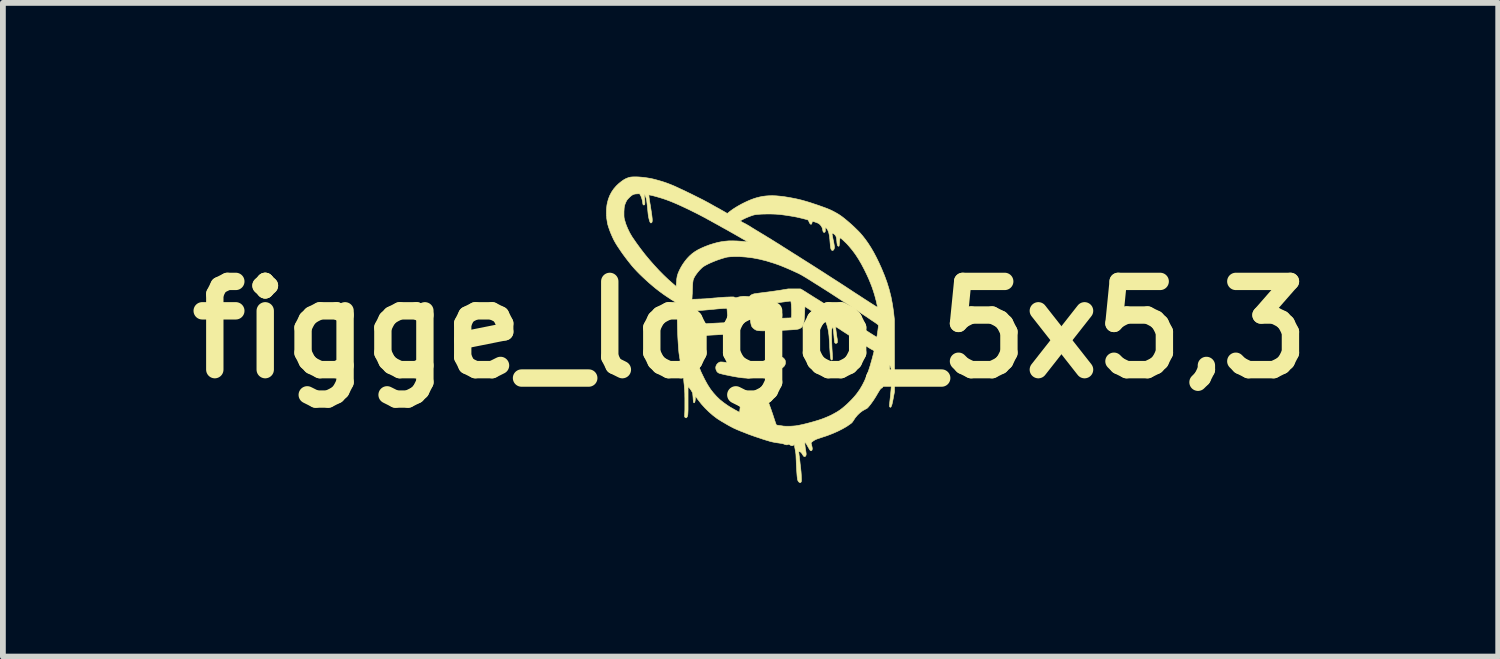
<source format=kicad_pcb>
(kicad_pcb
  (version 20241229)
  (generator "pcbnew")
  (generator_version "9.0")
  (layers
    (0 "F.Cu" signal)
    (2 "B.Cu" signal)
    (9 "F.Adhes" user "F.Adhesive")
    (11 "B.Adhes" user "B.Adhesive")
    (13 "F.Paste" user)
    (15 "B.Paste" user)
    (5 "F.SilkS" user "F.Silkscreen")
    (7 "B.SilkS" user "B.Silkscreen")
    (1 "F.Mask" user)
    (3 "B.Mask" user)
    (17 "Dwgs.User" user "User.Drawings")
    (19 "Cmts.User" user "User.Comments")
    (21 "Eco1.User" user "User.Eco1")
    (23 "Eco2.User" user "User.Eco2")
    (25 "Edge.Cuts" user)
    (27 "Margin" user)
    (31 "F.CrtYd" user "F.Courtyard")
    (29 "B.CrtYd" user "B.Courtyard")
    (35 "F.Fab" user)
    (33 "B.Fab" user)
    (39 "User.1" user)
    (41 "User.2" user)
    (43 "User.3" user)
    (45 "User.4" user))
  (footprint "figge_logo_5x5,3"
    (layer "F.Cu")
    (at 9.913 2.645)
    (property "Reference" "figge_logo_5x5,3" (at 0 0 0) (layer "F.SilkS") (effects (font (size 1.524 1.524) (thickness 0.3))))
    (attr through_hole)
    (fp_poly (pts (xy 0.528 0.473) (xy 0.543 0.475) (xy 0.555 0.48) (xy 0.566 0.487) (xy 0.572 0.493) (xy 0.589 0.511) (xy 0.599 0.531) (xy 0.603 0.554) (xy 0.603 0.565) (xy 0.602 0.583) (xy 0.598 0.6) (xy 0.591 0.615) (xy 0.581 0.63) (xy 0.566 0.645) (xy 0.546 0.66) (xy 0.52 0.676) (xy 0.489 0.694) (xy 0.451 0.713) (xy 0.432 0.723) (xy 0.4 0.738) (xy 0.373 0.751) (xy 0.349 0.761) (xy 0.327 0.769) (xy 0.305 0.777) (xy 0.281 0.785) (xy 0.271 0.788) (xy 0.192 0.808) (xy 0.108 0.822) (xy 0.021 0.832) (xy 0.012 0.832) (xy -0.013 0.834) (xy -0.031 0.835) (xy -0.047 0.835) (xy -0.062 0.835) (xy -0.078 0.835) (xy -0.098 0.834) (xy -0.125 0.832) (xy -0.153 0.829) (xy -0.183 0.825) (xy -0.217 0.82) (xy -0.254 0.814) (xy -0.297 0.806) (xy -0.345 0.797) (xy -0.381 0.789) (xy -0.423 0.781) (xy -0.459 0.773) (xy -0.488 0.766) (xy -0.512 0.76) (xy -0.531 0.755) (xy -0.546 0.749) (xy -0.558 0.743) (xy -0.567 0.736) (xy -0.574 0.728) (xy -0.581 0.72) (xy -0.587 0.71) (xy -0.587 0.708) (xy -0.598 0.682) (xy -0.601 0.655) (xy -0.597 0.629) (xy -0.586 0.605) (xy -0.569 0.584) (xy -0.549 0.568) (xy -0.542 0.565) (xy -0.536 0.561) (xy -0.529 0.559) (xy -0.521 0.557) (xy -0.511 0.557) (xy -0.499 0.557) (xy -0.484 0.558) (xy -0.465 0.56) (xy -0.442 0.563) (xy -0.415 0.567) (xy -0.381 0.572) (xy -0.342 0.579) (xy -0.296 0.587) (xy -0.268 0.592) (xy -0.237 0.597) (xy -0.205 0.602) (xy -0.175 0.606) (xy -0.147 0.61) (xy -0.124 0.613) (xy -0.113 0.614) (xy -0.056 0.617) (xy 0.006 0.616) (xy 0.07 0.612) (xy 0.133 0.605) (xy 0.193 0.594) (xy 0.207 0.592) (xy 0.25 0.58) (xy 0.295 0.566) (xy 0.34 0.548) (xy 0.383 0.529) (xy 0.422 0.508) (xy 0.442 0.496) (xy 0.478 0.473) (xy 0.508 0.473) (xy 0.528 0.473)) (stroke (width 0.01) (type solid)) (fill yes) (layer "F.SilkS"))
    (fp_poly (pts (xy -1.967 -2.64) (xy -1.923 -2.638) (xy -1.877 -2.634) (xy -1.83 -2.629) (xy -1.782 -2.622) (xy -1.734 -2.614) (xy -1.731 -2.614) (xy -1.686 -2.604) (xy -1.635 -2.591) (xy -1.581 -2.576) (xy -1.526 -2.56) (xy -1.471 -2.542) (xy -1.419 -2.523) (xy -1.371 -2.504) (xy -1.346 -2.494) (xy -1.304 -2.476) (xy -1.257 -2.454) (xy -1.206 -2.43) (xy -1.151 -2.405) (xy -1.094 -2.377) (xy -1.037 -2.35) (xy -0.979 -2.321) (xy -0.923 -2.293) (xy -0.869 -2.266) (xy -0.819 -2.241) (xy -0.774 -2.217) (xy -0.735 -2.196) (xy -0.731 -2.194) (xy -0.713 -2.184) (xy -0.69 -2.171) (xy -0.663 -2.156) (xy -0.633 -2.139) (xy -0.601 -2.121) (xy -0.568 -2.103) (xy -0.535 -2.085) (xy -0.504 -2.067) (xy -0.475 -2.051) (xy -0.449 -2.036) (xy -0.428 -2.024) (xy -0.413 -2.015) (xy -0.41 -2.013) (xy -0.404 -2.011) (xy -0.399 -2.01) (xy -0.394 -2.013) (xy -0.385 -2.02) (xy -0.377 -2.027) (xy -0.341 -2.055) (xy -0.299 -2.085) (xy -0.252 -2.115) (xy -0.201 -2.145) (xy -0.148 -2.174) (xy -0.094 -2.201) (xy -0.04 -2.226) (xy 0.013 -2.248) (xy 0.062 -2.266) (xy 0.101 -2.278) (xy 0.155 -2.292) (xy 0.209 -2.303) (xy 0.264 -2.31) (xy 0.32 -2.314) (xy 0.378 -2.315) (xy 0.439 -2.313) (xy 0.505 -2.307) (xy 0.575 -2.299) (xy 0.65 -2.287) (xy 0.711 -2.276) (xy 0.756 -2.267) (xy 0.797 -2.259) (xy 0.835 -2.25) (xy 0.873 -2.241) (xy 0.91 -2.231) (xy 0.948 -2.22) (xy 0.989 -2.208) (xy 1.035 -2.194) (xy 1.085 -2.177) (xy 1.122 -2.165) (xy 1.181 -2.145) (xy 1.234 -2.126) (xy 1.281 -2.109) (xy 1.324 -2.093) (xy 1.362 -2.077) (xy 1.398 -2.061) (xy 1.431 -2.044) (xy 1.463 -2.027) (xy 1.495 -2.009) (xy 1.522 -1.993) (xy 1.552 -1.973) (xy 1.587 -1.948) (xy 1.624 -1.919) (xy 1.664 -1.886) (xy 1.705 -1.851) (xy 1.747 -1.814) (xy 1.787 -1.777) (xy 1.826 -1.739) (xy 1.863 -1.703) (xy 1.896 -1.668) (xy 1.924 -1.635) (xy 1.929 -1.63) (xy 1.981 -1.564) (xy 2.031 -1.494) (xy 2.079 -1.419) (xy 2.126 -1.339) (xy 2.172 -1.252) (xy 2.217 -1.16) (xy 2.262 -1.061) (xy 2.306 -0.954) (xy 2.313 -0.938) (xy 2.357 -0.817) (xy 2.395 -0.694) (xy 2.427 -0.566) (xy 2.452 -0.435) (xy 2.472 -0.299) (xy 2.475 -0.266) (xy 2.485 -0.174) (xy 2.486 0.447) (xy 2.487 1.069) (xy 2.472 1.147) (xy 2.465 1.186) (xy 2.459 1.217) (xy 2.454 1.243) (xy 2.449 1.264) (xy 2.446 1.28) (xy 2.442 1.293) (xy 2.439 1.303) (xy 2.436 1.312) (xy 2.433 1.319) (xy 2.426 1.333) (xy 2.419 1.339) (xy 2.412 1.339) (xy 2.405 1.333) (xy 2.403 1.33) (xy 2.402 1.326) (xy 2.4 1.322) (xy 2.4 1.315) (xy 2.4 1.305) (xy 2.401 1.291) (xy 2.403 1.273) (xy 2.405 1.25) (xy 2.408 1.222) (xy 2.412 1.186) (xy 2.415 1.159) (xy 2.421 1.098) (xy 2.426 1.043) (xy 2.43 0.991) (xy 2.433 0.941) (xy 2.434 0.889) (xy 2.435 0.835) (xy 2.435 0.82) (xy 2.435 0.778) (xy 2.434 0.743) (xy 2.432 0.713) (xy 2.429 0.688) (xy 2.426 0.667) (xy 2.42 0.649) (xy 2.414 0.632) (xy 2.413 0.631) (xy 2.405 0.612) (xy 2.402 0.682) (xy 2.4 0.727) (xy 2.397 0.765) (xy 2.392 0.797) (xy 2.387 0.823) (xy 2.38 0.844) (xy 2.371 0.861) (xy 2.362 0.873) (xy 2.352 0.881) (xy 2.344 0.882) (xy 2.338 0.881) (xy 2.335 0.875) (xy 2.332 0.865) (xy 2.331 0.858) (xy 2.328 0.846) (xy 2.326 0.839) (xy 2.324 0.838) (xy 2.323 0.843) (xy 2.32 0.855) (xy 2.316 0.87) (xy 2.312 0.888) (xy 2.312 0.889) (xy 2.303 0.926) (xy 2.295 0.955) (xy 2.288 0.978) (xy 2.281 0.994) (xy 2.274 1.004) (xy 2.267 1.008) (xy 2.266 1.008) (xy 2.259 1.01) (xy 2.252 1.015) (xy 2.244 1.025) (xy 2.233 1.039) (xy 2.221 1.059) (xy 2.205 1.085) (xy 2.199 1.095) (xy 2.162 1.158) (xy 2.123 1.219) (xy 2.083 1.275) (xy 2.056 1.31) (xy 2.041 1.328) (xy 2.03 1.341) (xy 2.021 1.35) (xy 2.013 1.357) (xy 2.004 1.363) (xy 1.992 1.369) (xy 1.987 1.371) (xy 1.937 1.399) (xy 1.891 1.433) (xy 1.848 1.474) (xy 1.808 1.522) (xy 1.774 1.574) (xy 1.762 1.592) (xy 1.75 1.606) (xy 1.734 1.62) (xy 1.728 1.624) (xy 1.662 1.67) (xy 1.587 1.713) (xy 1.506 1.754) (xy 1.417 1.793) (xy 1.321 1.83) (xy 1.217 1.864) (xy 1.2 1.87) (xy 1.16 1.883) (xy 1.127 1.896) (xy 1.108 1.906) (xy 1.087 1.919) (xy 1.069 1.932) (xy 1.056 1.943) (xy 1.049 1.953) (xy 1.047 1.958) (xy 1.048 1.965) (xy 1.051 1.977) (xy 1.055 1.992) (xy 1.057 2.001) (xy 1.064 2.03) (xy 1.067 2.053) (xy 1.065 2.07) (xy 1.061 2.081) (xy 1.059 2.083) (xy 1.052 2.089) (xy 1.045 2.091) (xy 1.037 2.089) (xy 1.029 2.082) (xy 1.02 2.069) (xy 1.009 2.051) (xy 0.995 2.026) (xy 0.989 2.016) (xy 0.975 1.991) (xy 0.964 1.972) (xy 0.955 1.96) (xy 0.948 1.953) (xy 0.942 1.95) (xy 0.941 1.95) (xy 0.939 1.954) (xy 0.938 1.964) (xy 0.939 1.98) (xy 0.941 2.002) (xy 0.944 2.027) (xy 0.948 2.055) (xy 0.952 2.075) (xy 0.956 2.103) (xy 0.959 2.124) (xy 0.961 2.141) (xy 0.961 2.153) (xy 0.959 2.163) (xy 0.957 2.172) (xy 0.956 2.175) (xy 0.948 2.186) (xy 0.937 2.191) (xy 0.925 2.19) (xy 0.923 2.189) (xy 0.918 2.184) (xy 0.91 2.174) (xy 0.901 2.161) (xy 0.895 2.151) (xy 0.882 2.131) (xy 0.87 2.118) (xy 0.859 2.11) (xy 0.847 2.107) (xy 0.842 2.106) (xy 0.835 2.107) (xy 0.833 2.11) (xy 0.833 2.119) (xy 0.834 2.121) (xy 0.835 2.13) (xy 0.837 2.146) (xy 0.839 2.167) (xy 0.843 2.192) (xy 0.846 2.221) (xy 0.85 2.252) (xy 0.854 2.284) (xy 0.857 2.316) (xy 0.861 2.346) (xy 0.864 2.374) (xy 0.867 2.399) (xy 0.869 2.419) (xy 0.869 2.423) (xy 0.872 2.447) (xy 0.874 2.474) (xy 0.876 2.501) (xy 0.877 2.529) (xy 0.878 2.555) (xy 0.879 2.579) (xy 0.879 2.599) (xy 0.879 2.613) (xy 0.878 2.619) (xy 0.872 2.633) (xy 0.863 2.64) (xy 0.851 2.64) (xy 0.838 2.632) (xy 0.832 2.627) (xy 0.821 2.612) (xy 0.814 2.594) (xy 0.813 2.592) (xy 0.81 2.572) (xy 0.806 2.544) (xy 0.803 2.51) (xy 0.8 2.47) (xy 0.797 2.424) (xy 0.794 2.374) (xy 0.791 2.32) (xy 0.789 2.262) (xy 0.787 2.222) (xy 0.786 2.196) (xy 0.785 2.173) (xy 0.784 2.152) (xy 0.782 2.136) (xy 0.781 2.126) (xy 0.781 2.126) (xy 0.779 2.116) (xy 0.776 2.1) (xy 0.773 2.08) (xy 0.769 2.058) (xy 0.767 2.048) (xy 0.763 2.027) (xy 0.76 2.009) (xy 0.758 1.995) (xy 0.756 1.987) (xy 0.756 1.986) (xy 0.752 1.987) (xy 0.745 1.992) (xy 0.742 1.994) (xy 0.729 2.002) (xy 0.715 2.004) (xy 0.699 2) (xy 0.684 1.991) (xy 0.671 1.983) (xy 0.663 1.979) (xy 0.657 1.978) (xy 0.651 1.98) (xy 0.644 1.984) (xy 0.631 1.988) (xy 0.615 1.987) (xy 0.595 1.982) (xy 0.58 1.976) (xy 0.563 1.97) (xy 0.54 1.965) (xy 0.509 1.96) (xy 0.496 1.958) (xy 0.467 1.954) (xy 0.44 1.95) (xy 0.416 1.946) (xy 0.392 1.941) (xy 0.368 1.936) (xy 0.343 1.93) (xy 0.317 1.922) (xy 0.287 1.913) (xy 0.253 1.903) (xy 0.215 1.891) (xy 0.171 1.876) (xy 0.135 1.864) (xy 0.083 1.847) (xy 0.03 1.828) (xy -0.024 1.809) (xy -0.077 1.788) (xy -0.128 1.768) (xy -0.177 1.749) (xy -0.223 1.73) (xy -0.263 1.712) (xy -0.298 1.696) (xy -0.313 1.688) (xy -0.338 1.675) (xy -0.368 1.659) (xy -0.4 1.641) (xy -0.434 1.621) (xy -0.468 1.601) (xy -0.501 1.582) (xy -0.531 1.563) (xy -0.557 1.547) (xy -0.577 1.533) (xy -0.578 1.533) (xy -0.65 1.478) (xy -0.72 1.417) (xy -0.787 1.351) (xy -0.85 1.281) (xy -0.908 1.207) (xy -0.928 1.179) (xy -0.952 1.145) (xy -0.954 1.191) (xy -0.956 1.22) (xy -0.96 1.242) (xy -0.965 1.255) (xy -0.972 1.262) (xy -0.975 1.262) (xy -0.979 1.261) (xy -0.982 1.257) (xy -0.985 1.25) (xy -0.987 1.238) (xy -0.989 1.22) (xy -0.991 1.196) (xy -0.992 1.176) (xy -0.994 1.153) (xy -0.996 1.131) (xy -0.998 1.113) (xy -0.999 1.099) (xy -1.001 1.093) (xy -1.005 1.082) (xy -1.014 1.067) (xy -1.024 1.049) (xy -1.037 1.031) (xy -1.049 1.015) (xy -1.06 1.001) (xy -1.065 0.997) (xy -1.079 0.983) (xy -1.079 1.214) (xy -1.079 1.266) (xy -1.079 1.311) (xy -1.079 1.349) (xy -1.079 1.381) (xy -1.08 1.408) (xy -1.081 1.43) (xy -1.082 1.449) (xy -1.083 1.463) (xy -1.085 1.475) (xy -1.087 1.485) (xy -1.089 1.493) (xy -1.092 1.5) (xy -1.094 1.505) (xy -1.103 1.517) (xy -1.112 1.522) (xy -1.123 1.519) (xy -1.134 1.51) (xy -1.137 1.506) (xy -1.138 1.5) (xy -1.139 1.491) (xy -1.138 1.478) (xy -1.137 1.458) (xy -1.137 1.456) (xy -1.136 1.436) (xy -1.135 1.409) (xy -1.134 1.377) (xy -1.134 1.341) (xy -1.134 1.303) (xy -1.134 1.263) (xy -1.134 1.222) (xy -1.134 1.183) (xy -1.135 1.146) (xy -1.135 1.113) (xy -1.136 1.085) (xy -1.137 1.069) (xy -1.138 1.044) (xy -1.141 1.016) (xy -1.143 0.983) (xy -1.146 0.948) (xy -1.15 0.913) (xy -1.153 0.877) (xy -1.156 0.842) (xy -1.16 0.809) (xy -1.163 0.78) (xy -1.166 0.756) (xy -1.169 0.737) (xy -1.17 0.727) (xy -1.174 0.712) (xy -1.178 0.691) (xy -1.184 0.669) (xy -1.189 0.646) (xy -1.19 0.645) (xy -1.209 0.563) (xy -1.224 0.483) (xy -1.236 0.402) (xy -1.244 0.316) (xy -1.244 0.312) (xy -1.249 0.238) (xy -1.254 0.158) (xy -1.256 0.122) (xy -0.982 0.122) (xy -0.982 0.133) (xy -0.98 0.151) (xy -0.978 0.173) (xy -0.975 0.2) (xy -0.972 0.229) (xy -0.968 0.261) (xy -0.964 0.295) (xy -0.959 0.329) (xy -0.955 0.362) (xy -0.95 0.395) (xy -0.946 0.425) (xy -0.941 0.452) (xy -0.938 0.475) (xy -0.934 0.493) (xy -0.933 0.496) (xy -0.928 0.52) (xy -0.919 0.55) (xy -0.909 0.583) (xy -0.897 0.618) (xy -0.885 0.653) (xy -0.872 0.686) (xy -0.86 0.716) (xy -0.858 0.721) (xy -0.846 0.747) (xy -0.831 0.778) (xy -0.815 0.811) (xy -0.798 0.846) (xy -0.78 0.88) (xy -0.763 0.911) (xy -0.748 0.938) (xy -0.737 0.957) (xy -0.691 1.028) (xy -0.641 1.092) (xy -0.587 1.152) (xy -0.529 1.208) (xy -0.464 1.26) (xy -0.393 1.31) (xy -0.349 1.338) (xy -0.333 1.347) (xy -0.314 1.358) (xy -0.293 1.37) (xy -0.271 1.383) (xy -0.25 1.394) (xy -0.23 1.405) (xy -0.214 1.414) (xy -0.2 1.421) (xy -0.192 1.425) (xy -0.19 1.426) (xy -0.188 1.421) (xy -0.187 1.41) (xy -0.185 1.393) (xy -0.183 1.373) (xy -0.18 1.349) (xy -0.178 1.325) (xy -0.177 1.3) (xy -0.176 1.291) (xy -0.174 1.262) (xy -0.171 1.24) (xy -0.167 1.222) (xy -0.161 1.208) (xy -0.153 1.196) (xy -0.143 1.184) (xy -0.139 1.18) (xy -0.121 1.164) (xy -0.102 1.153) (xy -0.078 1.146) (xy -0.063 1.143) (xy -0.039 1.139) (xy -0.009 1.136) (xy 0.024 1.134) (xy 0.058 1.132) (xy 0.092 1.13) (xy 0.122 1.13) (xy 0.141 1.13) (xy 0.162 1.131) (xy 0.177 1.132) (xy 0.188 1.133) (xy 0.198 1.136) (xy 0.208 1.14) (xy 0.216 1.144) (xy 0.246 1.163) (xy 0.272 1.188) (xy 0.293 1.218) (xy 0.299 1.229) (xy 0.306 1.245) (xy 0.315 1.268) (xy 0.326 1.296) (xy 0.338 1.331) (xy 0.352 1.369) (xy 0.366 1.411) (xy 0.382 1.456) (xy 0.397 1.503) (xy 0.406 1.53) (xy 0.415 1.558) (xy 0.424 1.584) (xy 0.431 1.606) (xy 0.438 1.624) (xy 0.443 1.637) (xy 0.446 1.644) (xy 0.446 1.644) (xy 0.45 1.646) (xy 0.458 1.648) (xy 0.47 1.65) (xy 0.488 1.653) (xy 0.511 1.656) (xy 0.541 1.66) (xy 0.572 1.665) (xy 0.59 1.666) (xy 0.614 1.667) (xy 0.641 1.667) (xy 0.671 1.667) (xy 0.702 1.666) (xy 0.732 1.664) (xy 0.758 1.662) (xy 0.78 1.66) (xy 0.787 1.659) (xy 0.834 1.651) (xy 0.886 1.64) (xy 0.942 1.627) (xy 1.001 1.612) (xy 1.06 1.596) (xy 1.119 1.579) (xy 1.175 1.562) (xy 1.226 1.545) (xy 1.264 1.531) (xy 1.325 1.506) (xy 1.386 1.479) (xy 1.444 1.448) (xy 1.499 1.417) (xy 1.549 1.384) (xy 1.588 1.354) (xy 1.626 1.322) (xy 1.666 1.287) (xy 1.705 1.249) (xy 1.744 1.21) (xy 1.78 1.171) (xy 1.813 1.133) (xy 1.84 1.099) (xy 1.842 1.096) (xy 1.888 1.031) (xy 1.93 0.96) (xy 1.969 0.883) (xy 2.005 0.8) (xy 2.038 0.709) (xy 2.069 0.613) (xy 2.076 0.587) (xy 2.084 0.558) (xy 2.093 0.528) (xy 2.101 0.498) (xy 2.109 0.469) (xy 2.116 0.442) (xy 2.122 0.417) (xy 2.128 0.397) (xy 2.131 0.381) (xy 2.133 0.372) (xy 2.134 0.369) (xy 2.131 0.364) (xy 2.125 0.358) (xy 2.112 0.35) (xy 2.105 0.347) (xy 2.096 0.342) (xy 2.086 0.336) (xy 2.074 0.33) (xy 2.06 0.321) (xy 2.044 0.311) (xy 2.023 0.298) (xy 1.999 0.283) (xy 1.97 0.265) (xy 1.935 0.243) (xy 1.895 0.217) (xy 1.891 0.214) (xy 1.864 0.197) (xy 1.833 0.177) (xy 1.802 0.158) (xy 1.772 0.139) (xy 1.747 0.123) (xy 1.747 0.123) (xy 1.724 0.109) (xy 1.697 0.092) (xy 1.666 0.072) (xy 1.635 0.052) (xy 1.605 0.033) (xy 1.585 0.02) (xy 1.555 -0.00003) (xy 1.531 -0.016) (xy 1.512 -0.028) (xy 1.497 -0.037) (xy 1.487 -0.043) (xy 1.48 -0.047) (xy 1.475 -0.049) (xy 1.472 -0.05) (xy 1.471 -0.05) (xy 1.47 -0.049) (xy 1.47 -0.045) (xy 1.471 -0.034) (xy 1.473 -0.018) (xy 1.475 0.002) (xy 1.478 0.025) (xy 1.481 0.049) (xy 1.485 0.074) (xy 1.488 0.098) (xy 1.491 0.12) (xy 1.494 0.139) (xy 1.495 0.143) (xy 1.498 0.163) (xy 1.5 0.183) (xy 1.5 0.201) (xy 1.5 0.216) (xy 1.498 0.225) (xy 1.497 0.225) (xy 1.492 0.23) (xy 1.484 0.234) (xy 1.47 0.236) (xy 1.46 0.23) (xy 1.453 0.22) (xy 1.452 0.213) (xy 1.45 0.2) (xy 1.448 0.182) (xy 1.446 0.159) (xy 1.443 0.134) (xy 1.442 0.118) (xy 1.438 0.071) (xy 1.434 0.032) (xy 1.431 0.001) (xy 1.427 -0.023) (xy 1.424 -0.041) (xy 1.424 -0.043) (xy 1.421 -0.049) (xy 1.418 -0.047) (xy 1.413 -0.038) (xy 1.408 -0.021) (xy 1.406 -0.017) (xy 1.403 -0.003) (xy 1.401 0.012) (xy 1.4 0.03) (xy 1.399 0.053) (xy 1.399 0.069) (xy 1.399 0.1) (xy 1.4 0.137) (xy 1.401 0.179) (xy 1.403 0.225) (xy 1.405 0.273) (xy 1.407 0.323) (xy 1.41 0.372) (xy 1.413 0.416) (xy 1.414 0.445) (xy 1.416 0.468) (xy 1.416 0.485) (xy 1.416 0.497) (xy 1.416 0.505) (xy 1.414 0.51) (xy 1.413 0.514) (xy 1.412 0.515) (xy 1.405 0.522) (xy 1.397 0.523) (xy 1.392 0.519) (xy 1.389 0.512) (xy 1.386 0.501) (xy 1.383 0.484) (xy 1.38 0.461) (xy 1.377 0.433) (xy 1.374 0.398) (xy 1.371 0.356) (xy 1.368 0.307) (xy 1.366 0.254) (xy 1.363 0.2) (xy 1.359 0.153) (xy 1.356 0.111) (xy 1.352 0.074) (xy 1.347 0.041) (xy 1.342 0.009) (xy 1.336 -0.021) (xy 1.328 -0.05) (xy 1.322 -0.072) (xy 1.316 -0.092) (xy 1.308 -0.113) (xy 1.298 -0.135) (xy 1.289 -0.155) (xy 1.28 -0.172) (xy 1.272 -0.183) (xy 1.269 -0.187) (xy 1.263 -0.19) (xy 1.253 -0.198) (xy 1.237 -0.209) (xy 1.216 -0.222) (xy 1.193 -0.237) (xy 1.166 -0.254) (xy 1.138 -0.273) (xy 1.133 -0.276) (xy 1.104 -0.295) (xy 1.075 -0.313) (xy 1.048 -0.33) (xy 1.024 -0.346) (xy 1.004 -0.359) (xy 0.988 -0.369) (xy 0.978 -0.376) (xy 0.978 -0.376) (xy 0.961 -0.387) (xy 0.95 -0.394) (xy 0.943 -0.396) (xy 0.939 -0.393) (xy 0.938 -0.384) (xy 0.938 -0.37) (xy 0.938 -0.363) (xy 0.937 -0.341) (xy 0.936 -0.313) (xy 0.935 -0.283) (xy 0.933 -0.251) (xy 0.931 -0.219) (xy 0.929 -0.191) (xy 0.927 -0.167) (xy 0.926 -0.156) (xy 0.92 -0.118) (xy 0.91 -0.087) (xy 0.898 -0.061) (xy 0.881 -0.041) (xy 0.861 -0.026) (xy 0.835 -0.014) (xy 0.834 -0.014) (xy 0.819 -0.01) (xy 0.796 -0.006) (xy 0.766 -0.003) (xy 0.727 0.000259) (xy 0.681 0.003) (xy 0.627 0.006) (xy 0.565 0.009) (xy 0.496 0.012) (xy 0.419 0.014) (xy 0.361 0.016) (xy 0.31 0.017) (xy 0.266 0.018) (xy 0.229 0.019) (xy 0.197 0.019) (xy 0.171 0.018) (xy 0.149 0.017) (xy 0.131 0.015) (xy 0.116 0.012) (xy 0.104 0.009) (xy 0.093 0.005) (xy 0.087 0.002) (xy 0.066 -0.011) (xy 0.047 -0.027) (xy 0.031 -0.044) (xy 0.02 -0.059) (xy 0.02 -0.06) (xy 0.014 -0.076) (xy 0.008 -0.099) (xy 0.002 -0.131) (xy -0.004 -0.17) (xy -0.011 -0.217) (xy -0.017 -0.271) (xy -0.021 -0.311) (xy -0.024 -0.333) (xy -0.026 -0.35) (xy -0.029 -0.361) (xy -0.031 -0.367) (xy -0.034 -0.371) (xy -0.042 -0.373) (xy -0.056 -0.375) (xy -0.074 -0.375) (xy -0.095 -0.374) (xy -0.116 -0.372) (xy -0.137 -0.37) (xy -0.155 -0.366) (xy -0.164 -0.364) (xy -0.182 -0.357) (xy -0.195 -0.352) (xy -0.202 -0.345) (xy -0.206 -0.337) (xy -0.206 -0.324) (xy -0.203 -0.307) (xy -0.2 -0.289) (xy -0.195 -0.265) (xy -0.191 -0.237) (xy -0.186 -0.206) (xy -0.182 -0.175) (xy -0.179 -0.144) (xy -0.176 -0.117) (xy -0.175 -0.094) (xy -0.175 -0.086) (xy -0.175 -0.07) (xy -0.175 -0.058) (xy -0.178 -0.048) (xy -0.183 -0.037) (xy -0.19 -0.021) (xy -0.191 -0.02) (xy -0.205 0.006) (xy -0.218 0.026) (xy -0.23 0.04) (xy -0.244 0.05) (xy -0.261 0.057) (xy -0.281 0.062) (xy -0.291 0.064) (xy -0.306 0.066) (xy -0.323 0.069) (xy -0.343 0.071) (xy -0.366 0.073) (xy -0.393 0.075) (xy -0.425 0.078) (xy -0.461 0.08) (xy -0.503 0.083) (xy -0.551 0.086) (xy -0.604 0.089) (xy -0.664 0.092) (xy -0.732 0.096) (xy -0.77 0.098) (xy -0.798 0.099) (xy -0.827 0.101) (xy -0.856 0.103) (xy -0.885 0.106) (xy -0.912 0.108) (xy -0.936 0.11) (xy -0.956 0.113) (xy -0.971 0.115) (xy -0.98 0.116) (xy -0.982 0.117) (xy -0.982 0.122) (xy -1.256 0.122) (xy -1.258 0.073) (xy -1.261 -0.015) (xy -1.263 -0.104) (xy -1.265 -0.193) (xy -1.266 -0.28) (xy -1.266 -0.321) (xy -1.266 -0.324) (xy -1.012 -0.324) (xy -1.01 -0.271) (xy -1.008 -0.227) (xy -1.006 -0.19) (xy -1.005 -0.16) (xy -1.004 -0.136) (xy -1.003 -0.117) (xy -1.002 -0.103) (xy -1.001 -0.094) (xy -1 -0.087) (xy -1 -0.084) (xy -0.999 -0.084) (xy -0.994 -0.082) (xy -0.982 -0.083) (xy -0.962 -0.085) (xy -0.948 -0.086) (xy -0.923 -0.09) (xy -0.894 -0.093) (xy -0.866 -0.096) (xy -0.849 -0.097) (xy -0.715 -0.108) (xy -0.574 -0.115) (xy -0.51 -0.118) (xy -0.48 -0.119) (xy -0.452 -0.12) (xy -0.427 -0.121) (xy -0.408 -0.122) (xy -0.393 -0.123) (xy -0.385 -0.123) (xy -0.384 -0.123) (xy -0.384 -0.127) (xy -0.385 -0.138) (xy -0.387 -0.153) (xy -0.389 -0.172) (xy -0.391 -0.187) (xy -0.394 -0.215) (xy -0.397 -0.246) (xy -0.4 -0.277) (xy -0.402 -0.305) (xy -0.402 -0.309) (xy -0.403 -0.329) (xy -0.405 -0.347) (xy -0.406 -0.361) (xy -0.407 -0.369) (xy -0.408 -0.37) (xy -0.413 -0.371) (xy -0.425 -0.37) (xy -0.445 -0.369) (xy -0.471 -0.368) (xy -0.504 -0.365) (xy -0.544 -0.362) (xy -0.589 -0.358) (xy -0.64 -0.353) (xy -0.695 -0.348) (xy -0.726 -0.345) (xy -0.759 -0.342) (xy -0.794 -0.339) (xy -0.83 -0.336) (xy -0.865 -0.333) (xy -0.898 -0.331) (xy -0.929 -0.329) (xy -0.956 -0.327) (xy -0.979 -0.325) (xy -0.995 -0.325) (xy -1.003 -0.324) (xy -1.012 -0.324) (xy -1.266 -0.324) (xy -1.266 -0.426) (xy 0.18 -0.426) (xy 0.182 -0.392) (xy 0.184 -0.369) (xy 0.186 -0.343) (xy 0.188 -0.316) (xy 0.191 -0.289) (xy 0.194 -0.263) (xy 0.197 -0.239) (xy 0.2 -0.218) (xy 0.203 -0.202) (xy 0.205 -0.192) (xy 0.206 -0.19) (xy 0.211 -0.189) (xy 0.221 -0.188) (xy 0.236 -0.188) (xy 0.252 -0.189) (xy 0.265 -0.19) (xy 0.286 -0.19) (xy 0.312 -0.191) (xy 0.342 -0.192) (xy 0.375 -0.193) (xy 0.411 -0.194) (xy 0.447 -0.195) (xy 0.449 -0.195) (xy 0.486 -0.197) (xy 0.522 -0.198) (xy 0.557 -0.199) (xy 0.588 -0.2) (xy 0.616 -0.201) (xy 0.638 -0.202) (xy 0.654 -0.202) (xy 0.655 -0.202) (xy 0.705 -0.205) (xy 0.708 -0.236) (xy 0.71 -0.255) (xy 0.71 -0.278) (xy 0.71 -0.304) (xy 0.71 -0.333) (xy 0.709 -0.362) (xy 0.707 -0.391) (xy 0.706 -0.418) (xy 0.704 -0.443) (xy 0.701 -0.465) (xy 0.699 -0.481) (xy 0.696 -0.492) (xy 0.695 -0.495) (xy 0.69 -0.495) (xy 0.679 -0.494) (xy 0.662 -0.492) (xy 0.639 -0.489) (xy 0.612 -0.486) (xy 0.581 -0.481) (xy 0.547 -0.477) (xy 0.523 -0.473) (xy 0.484 -0.468) (xy 0.444 -0.462) (xy 0.406 -0.457) (xy 0.369 -0.452) (xy 0.336 -0.447) (xy 0.307 -0.443) (xy 0.285 -0.44) (xy 0.279 -0.44) (xy 0.255 -0.436) (xy 0.233 -0.433) (xy 0.214 -0.431) (xy 0.2 -0.429) (xy 0.193 -0.428) (xy 0.18 -0.426) (xy -1.266 -0.426) (xy -1.266 -0.457) (xy -1.287 -0.47) (xy -1.335 -0.501) (xy -1.37 -0.523) (xy -1.013 -0.523) (xy -0.998 -0.525) (xy -0.99 -0.526) (xy -0.975 -0.527) (xy -0.955 -0.527) (xy -0.932 -0.528) (xy -0.905 -0.529) (xy -0.891 -0.53) (xy -0.863 -0.53) (xy -0.835 -0.532) (xy -0.809 -0.533) (xy -0.787 -0.534) (xy -0.771 -0.535) (xy -0.766 -0.536) (xy -0.751 -0.537) (xy -0.731 -0.539) (xy -0.706 -0.541) (xy -0.68 -0.543) (xy -0.656 -0.545) (xy -0.627 -0.548) (xy -0.594 -0.55) (xy -0.561 -0.553) (xy -0.532 -0.556) (xy -0.516 -0.557) (xy -0.49 -0.559) (xy -0.459 -0.561) (xy -0.426 -0.563) (xy -0.394 -0.564) (xy -0.371 -0.565) (xy -0.344 -0.566) (xy -0.323 -0.566) (xy -0.308 -0.566) (xy -0.297 -0.566) (xy -0.288 -0.565) (xy -0.281 -0.563) (xy -0.275 -0.56) (xy -0.272 -0.559) (xy -0.253 -0.551) (xy -0.22 -0.561) (xy -0.176 -0.571) (xy -0.135 -0.577) (xy -0.096 -0.578) (xy -0.057 -0.574) (xy -0.053 -0.574) (xy -0.023 -0.57) (xy -0.006 -0.586) (xy 0.016 -0.603) (xy 0.042 -0.614) (xy 0.067 -0.621) (xy 0.075 -0.622) (xy 0.09 -0.624) (xy 0.111 -0.627) (xy 0.137 -0.631) (xy 0.168 -0.635) (xy 0.201 -0.639) (xy 0.237 -0.644) (xy 0.262 -0.647) (xy 0.303 -0.652) (xy 0.346 -0.658) (xy 0.39 -0.664) (xy 0.432 -0.67) (xy 0.472 -0.676) (xy 0.508 -0.681) (xy 0.537 -0.686) (xy 0.543 -0.687) (xy 0.651 -0.705) (xy 0.862 -0.705) (xy 0.883 -0.694) (xy 0.893 -0.689) (xy 0.908 -0.68) (xy 0.926 -0.668) (xy 0.948 -0.655) (xy 0.971 -0.64) (xy 0.981 -0.634) (xy 1.004 -0.619) (xy 1.032 -0.602) (xy 1.063 -0.582) (xy 1.096 -0.561) (xy 1.13 -0.54) (xy 1.163 -0.52) (xy 1.174 -0.513) (xy 1.252 -0.464) (xy 1.325 -0.419) (xy 1.393 -0.376) (xy 1.459 -0.335) (xy 1.523 -0.294) (xy 1.586 -0.253) (xy 1.651 -0.211) (xy 1.71 -0.173) (xy 1.748 -0.147) (xy 1.788 -0.121) (xy 1.828 -0.095) (xy 1.869 -0.068) (xy 1.909 -0.042) (xy 1.949 -0.017) (xy 1.987 0.008) (xy 2.024 0.031) (xy 2.057 0.053) (xy 2.088 0.072) (xy 2.116 0.09) (xy 2.139 0.104) (xy 2.157 0.116) (xy 2.171 0.124) (xy 2.179 0.128) (xy 2.18 0.129) (xy 2.182 0.125) (xy 2.184 0.115) (xy 2.187 0.099) (xy 2.19 0.079) (xy 2.194 0.055) (xy 2.195 0.044) (xy 2.199 0.018) (xy 2.202 -0.007) (xy 2.205 -0.029) (xy 2.207 -0.047) (xy 2.208 -0.059) (xy 2.208 -0.061) (xy 2.208 -0.073) (xy 2.206 -0.08) (xy 2.201 -0.087) (xy 2.192 -0.095) (xy 2.187 -0.098) (xy 2.179 -0.105) (xy 2.164 -0.115) (xy 2.144 -0.129) (xy 2.118 -0.146) (xy 2.088 -0.166) (xy 2.054 -0.189) (xy 2.017 -0.215) (xy 1.976 -0.242) (xy 1.932 -0.271) (xy 1.887 -0.301) (xy 1.839 -0.332) (xy 1.791 -0.364) (xy 1.742 -0.397) (xy 1.692 -0.429) (xy 1.643 -0.462) (xy 1.595 -0.493) (xy 1.548 -0.524) (xy 1.502 -0.554) (xy 1.459 -0.582) (xy 1.419 -0.608) (xy 1.382 -0.632) (xy 1.348 -0.654) (xy 1.319 -0.672) (xy 1.307 -0.68) (xy 1.245 -0.719) (xy 1.189 -0.755) (xy 1.139 -0.786) (xy 1.094 -0.814) (xy 1.055 -0.839) (xy 1.02 -0.861) (xy 0.989 -0.88) (xy 0.962 -0.897) (xy 0.938 -0.911) (xy 0.917 -0.924) (xy 0.899 -0.934) (xy 0.883 -0.944) (xy 0.869 -0.951) (xy 0.856 -0.958) (xy 0.845 -0.964) (xy 0.834 -0.97) (xy 0.823 -0.975) (xy 0.821 -0.976) (xy 0.762 -1.003) (xy 0.71 -1.027) (xy 0.662 -1.048) (xy 0.618 -1.067) (xy 0.577 -1.084) (xy 0.538 -1.1) (xy 0.5 -1.115) (xy 0.461 -1.129) (xy 0.421 -1.143) (xy 0.39 -1.153) (xy 0.27 -1.19) (xy 0.153 -1.219) (xy 0.038 -1.241) (xy -0.075 -1.255) (xy -0.185 -1.263) (xy -0.293 -1.263) (xy -0.313 -1.262) (xy -0.341 -1.261) (xy -0.364 -1.259) (xy -0.383 -1.257) (xy -0.4 -1.255) (xy -0.416 -1.252) (xy -0.434 -1.247) (xy -0.434 -1.247) (xy -0.476 -1.235) (xy -0.52 -1.221) (xy -0.565 -1.206) (xy -0.61 -1.189) (xy -0.654 -1.171) (xy -0.696 -1.153) (xy -0.734 -1.135) (xy -0.769 -1.117) (xy -0.799 -1.1) (xy -0.822 -1.084) (xy -0.833 -1.076) (xy -0.86 -1.05) (xy -0.887 -1.022) (xy -0.913 -0.991) (xy -0.937 -0.959) (xy -0.958 -0.928) (xy -0.974 -0.9) (xy -0.984 -0.877) (xy -0.988 -0.865) (xy -0.992 -0.852) (xy -0.994 -0.836) (xy -0.997 -0.817) (xy -0.999 -0.793) (xy -1.001 -0.764) (xy -1.002 -0.729) (xy -1.004 -0.687) (xy -1.004 -0.682) (xy -1.005 -0.652) (xy -1.006 -0.623) (xy -1.008 -0.597) (xy -1.009 -0.574) (xy -1.01 -0.557) (xy -1.01 -0.546) (xy -1.01 -0.546) (xy -1.013 -0.523) (xy -1.37 -0.523) (xy -1.378 -0.528) (xy -1.416 -0.553) (xy -1.451 -0.576) (xy -1.482 -0.597) (xy -1.511 -0.617) (xy -1.539 -0.638) (xy -1.568 -0.659) (xy -1.589 -0.675) (xy -1.643 -0.717) (xy -1.698 -0.763) (xy -1.754 -0.811) (xy -1.809 -0.861) (xy -1.863 -0.911) (xy -1.914 -0.96) (xy -1.962 -1.009) (xy -2.005 -1.055) (xy -2.043 -1.098) (xy -2.048 -1.104) (xy -2.085 -1.15) (xy -2.123 -1.198) (xy -2.161 -1.248) (xy -2.199 -1.299) (xy -2.235 -1.35) (xy -2.268 -1.399) (xy -2.299 -1.445) (xy -2.325 -1.487) (xy -2.338 -1.509) (xy -2.36 -1.549) (xy -2.381 -1.593) (xy -2.402 -1.64) (xy -2.422 -1.688) (xy -2.439 -1.735) (xy -2.455 -1.781) (xy -2.467 -1.823) (xy -2.473 -1.852) (xy -2.484 -1.926) (xy -2.488 -1.989) (xy -2.186 -1.989) (xy -2.186 -1.969) (xy -2.185 -1.952) (xy -2.184 -1.939) (xy -2.182 -1.926) (xy -2.179 -1.913) (xy -2.175 -1.898) (xy -2.175 -1.897) (xy -2.153 -1.824) (xy -2.123 -1.75) (xy -2.088 -1.677) (xy -2.047 -1.607) (xy -2.037 -1.592) (xy -1.97 -1.495) (xy -1.899 -1.398) (xy -1.824 -1.301) (xy -1.745 -1.206) (xy -1.664 -1.114) (xy -1.582 -1.025) (xy -1.5 -0.942) (xy -1.418 -0.864) (xy -1.366 -0.818) (xy -1.284 -0.747) (xy -1.281 -0.794) (xy -1.279 -0.818) (xy -1.277 -0.843) (xy -1.275 -0.866) (xy -1.274 -0.879) (xy -1.266 -0.925) (xy -1.251 -0.974) (xy -1.229 -1.025) (xy -1.201 -1.079) (xy -1.169 -1.132) (xy -1.132 -1.184) (xy -1.094 -1.231) (xy -1.053 -1.274) (xy -1.009 -1.313) (xy -0.961 -1.348) (xy -0.908 -1.38) (xy -0.849 -1.409) (xy -0.785 -1.437) (xy -0.714 -1.464) (xy -0.708 -1.466) (xy -0.638 -1.488) (xy -0.572 -1.506) (xy -0.508 -1.519) (xy -0.445 -1.528) (xy -0.381 -1.534) (xy -0.314 -1.535) (xy -0.242 -1.533) (xy -0.238 -1.533) (xy -0.208 -1.531) (xy -0.178 -1.529) (xy -0.149 -1.527) (xy -0.123 -1.524) (xy -0.102 -1.522) (xy -0.1 -1.522) (xy -0.081 -1.52) (xy -0.065 -1.518) (xy -0.054 -1.517) (xy -0.048 -1.517) (xy -0.048 -1.517) (xy -0.051 -1.52) (xy -0.06 -1.526) (xy -0.075 -1.535) (xy -0.096 -1.547) (xy -0.121 -1.561) (xy -0.151 -1.578) (xy -0.185 -1.598) (xy -0.222 -1.619) (xy -0.262 -1.642) (xy -0.304 -1.666) (xy -0.349 -1.691) (xy -0.394 -1.717) (xy -0.441 -1.743) (xy -0.489 -1.769) (xy -0.536 -1.796) (xy -0.583 -1.822) (xy -0.629 -1.847) (xy -0.673 -1.872) (xy -0.685 -1.879) (xy -0.177 -1.879) (xy -0.158 -1.867) (xy -0.147 -1.86) (xy -0.131 -1.851) (xy -0.112 -1.841) (xy -0.096 -1.833) (xy -0.075 -1.822) (xy -0.051 -1.808) (xy -0.026 -1.794) (xy -0.006 -1.781) (xy 0.009 -1.772) (xy 0.029 -1.759) (xy 0.054 -1.744) (xy 0.081 -1.727) (xy 0.111 -1.709) (xy 0.142 -1.691) (xy 0.162 -1.678) (xy 0.214 -1.647) (xy 0.26 -1.619) (xy 0.302 -1.593) (xy 0.341 -1.57) (xy 0.377 -1.547) (xy 0.413 -1.525) (xy 0.449 -1.502) (xy 0.487 -1.479) (xy 0.528 -1.453) (xy 0.545 -1.442) (xy 0.571 -1.425) (xy 0.602 -1.406) (xy 0.638 -1.383) (xy 0.678 -1.358) (xy 0.72 -1.331) (xy 0.763 -1.304) (xy 0.807 -1.277) (xy 0.85 -1.249) (xy 0.883 -1.228) (xy 1.018 -1.143) (xy 1.147 -1.061) (xy 1.272 -0.981) (xy 1.394 -0.902) (xy 1.516 -0.824) (xy 1.638 -0.745) (xy 1.671 -0.723) (xy 1.744 -0.675) (xy 1.811 -0.631) (xy 1.872 -0.592) (xy 1.927 -0.556) (xy 1.976 -0.524) (xy 2.02 -0.496) (xy 2.058 -0.471) (xy 2.091 -0.45) (xy 2.118 -0.433) (xy 2.141 -0.418) (xy 2.16 -0.407) (xy 2.173 -0.399) (xy 2.183 -0.393) (xy 2.188 -0.391) (xy 2.189 -0.391) (xy 2.192 -0.394) (xy 2.192 -0.396) (xy 2.191 -0.403) (xy 2.189 -0.416) (xy 2.185 -0.434) (xy 2.18 -0.456) (xy 2.175 -0.48) (xy 2.169 -0.505) (xy 2.164 -0.522) (xy 2.145 -0.594) (xy 2.123 -0.665) (xy 2.099 -0.736) (xy 2.071 -0.808) (xy 2.04 -0.883) (xy 2.004 -0.961) (xy 1.966 -1.039) (xy 1.916 -1.134) (xy 1.865 -1.221) (xy 1.813 -1.301) (xy 1.758 -1.375) (xy 1.702 -1.442) (xy 1.667 -1.481) (xy 1.648 -1.5) (xy 1.628 -1.519) (xy 1.609 -1.537) (xy 1.591 -1.554) (xy 1.575 -1.568) (xy 1.562 -1.578) (xy 1.553 -1.585) (xy 1.549 -1.587) (xy 1.547 -1.585) (xy 1.545 -1.581) (xy 1.543 -1.573) (xy 1.541 -1.56) (xy 1.539 -1.541) (xy 1.537 -1.516) (xy 1.536 -1.499) (xy 1.534 -1.48) (xy 1.532 -1.464) (xy 1.531 -1.452) (xy 1.53 -1.446) (xy 1.53 -1.446) (xy 1.524 -1.442) (xy 1.515 -1.443) (xy 1.507 -1.449) (xy 1.501 -1.459) (xy 1.497 -1.476) (xy 1.493 -1.501) (xy 1.491 -1.524) (xy 1.488 -1.556) (xy 1.484 -1.582) (xy 1.479 -1.603) (xy 1.473 -1.619) (xy 1.464 -1.632) (xy 1.453 -1.644) (xy 1.441 -1.653) (xy 1.429 -1.66) (xy 1.418 -1.664) (xy 1.41 -1.664) (xy 1.407 -1.66) (xy 1.407 -1.66) (xy 1.408 -1.655) (xy 1.41 -1.643) (xy 1.413 -1.626) (xy 1.417 -1.605) (xy 1.422 -1.581) (xy 1.424 -1.569) (xy 1.432 -1.533) (xy 1.438 -1.504) (xy 1.442 -1.481) (xy 1.445 -1.463) (xy 1.447 -1.448) (xy 1.449 -1.437) (xy 1.449 -1.428) (xy 1.449 -1.419) (xy 1.448 -1.412) (xy 1.444 -1.395) (xy 1.436 -1.381) (xy 1.427 -1.372) (xy 1.417 -1.368) (xy 1.407 -1.37) (xy 1.402 -1.375) (xy 1.397 -1.381) (xy 1.392 -1.388) (xy 1.389 -1.396) (xy 1.386 -1.406) (xy 1.383 -1.419) (xy 1.381 -1.436) (xy 1.378 -1.459) (xy 1.376 -1.487) (xy 1.373 -1.516) (xy 1.37 -1.559) (xy 1.366 -1.595) (xy 1.362 -1.625) (xy 1.357 -1.651) (xy 1.352 -1.673) (xy 1.346 -1.693) (xy 1.338 -1.711) (xy 1.333 -1.723) (xy 1.324 -1.738) (xy 1.315 -1.75) (xy 1.306 -1.759) (xy 1.299 -1.762) (xy 1.299 -1.762) (xy 1.294 -1.759) (xy 1.291 -1.749) (xy 1.291 -1.732) (xy 1.292 -1.724) (xy 1.292 -1.704) (xy 1.288 -1.69) (xy 1.28 -1.682) (xy 1.272 -1.68) (xy 1.263 -1.683) (xy 1.256 -1.69) (xy 1.251 -1.703) (xy 1.247 -1.723) (xy 1.24 -1.755) (xy 1.227 -1.782) (xy 1.209 -1.806) (xy 1.202 -1.814) (xy 1.191 -1.824) (xy 1.181 -1.832) (xy 1.17 -1.838) (xy 1.155 -1.845) (xy 1.138 -1.852) (xy 1.119 -1.858) (xy 1.102 -1.864) (xy 1.089 -1.868) (xy 1.082 -1.87) (xy 1.068 -1.873) (xy 1.063 -1.852) (xy 1.06 -1.839) (xy 1.056 -1.829) (xy 1.054 -1.826) (xy 1.046 -1.821) (xy 1.037 -1.823) (xy 1.028 -1.832) (xy 1.018 -1.846) (xy 1.012 -1.86) (xy 1.005 -1.877) (xy 0.999 -1.888) (xy 0.992 -1.895) (xy 0.987 -1.898) (xy 0.98 -1.901) (xy 0.967 -1.904) (xy 0.948 -1.909) (xy 0.925 -1.915) (xy 0.9 -1.922) (xy 0.872 -1.928) (xy 0.844 -1.935) (xy 0.817 -1.941) (xy 0.791 -1.947) (xy 0.778 -1.949) (xy 0.751 -1.955) (xy 0.718 -1.96) (xy 0.682 -1.966) (xy 0.643 -1.972) (xy 0.604 -1.978) (xy 0.566 -1.983) (xy 0.53 -1.988) (xy 0.5 -1.991) (xy 0.483 -1.993) (xy 0.438 -1.996) (xy 0.39 -1.998) (xy 0.34 -1.999) (xy 0.29 -1.999) (xy 0.24 -1.998) (xy 0.193 -1.997) (xy 0.149 -1.994) (xy 0.111 -1.991) (xy 0.082 -1.987) (xy 0.061 -1.983) (xy 0.034 -1.975) (xy 0.003 -1.964) (xy -0.029 -1.952) (xy -0.063 -1.938) (xy -0.095 -1.924) (xy -0.125 -1.909) (xy -0.151 -1.895) (xy -0.162 -1.889) (xy -0.177 -1.879) (xy -0.685 -1.879) (xy -0.716 -1.895) (xy -0.756 -1.917) (xy -0.756 -1.918) (xy -0.811 -1.947) (xy -0.87 -1.978) (xy -0.932 -2.01) (xy -0.995 -2.041) (xy -1.059 -2.073) (xy -1.122 -2.103) (xy -1.184 -2.132) (xy -1.243 -2.159) (xy -1.298 -2.183) (xy -1.348 -2.204) (xy -1.377 -2.216) (xy -1.414 -2.23) (xy -1.454 -2.245) (xy -1.497 -2.26) (xy -1.541 -2.274) (xy -1.585 -2.287) (xy -1.627 -2.299) (xy -1.667 -2.31) (xy -1.702 -2.319) (xy -1.732 -2.325) (xy -1.741 -2.327) (xy -1.756 -2.33) (xy -1.753 -2.297) (xy -1.752 -2.283) (xy -1.749 -2.263) (xy -1.746 -2.239) (xy -1.742 -2.213) (xy -1.737 -2.186) (xy -1.737 -2.184) (xy -1.73 -2.145) (xy -1.724 -2.105) (xy -1.718 -2.065) (xy -1.712 -2.027) (xy -1.707 -1.992) (xy -1.703 -1.961) (xy -1.7 -1.934) (xy -1.698 -1.915) (xy -1.698 -1.915) (xy -1.697 -1.887) (xy -1.699 -1.867) (xy -1.704 -1.853) (xy -1.713 -1.846) (xy -1.713 -1.846) (xy -1.722 -1.845) (xy -1.727 -1.846) (xy -1.733 -1.854) (xy -1.74 -1.868) (xy -1.746 -1.888) (xy -1.753 -1.912) (xy -1.759 -1.94) (xy -1.765 -1.971) (xy -1.769 -2.003) (xy -1.772 -2.034) (xy -1.777 -2.086) (xy -1.782 -2.131) (xy -1.786 -2.17) (xy -1.79 -2.202) (xy -1.793 -2.228) (xy -1.797 -2.249) (xy -1.798 -2.251) (xy -1.802 -2.269) (xy -1.808 -2.288) (xy -1.814 -2.305) (xy -1.821 -2.32) (xy -1.827 -2.331) (xy -1.832 -2.337) (xy -1.833 -2.337) (xy -1.836 -2.336) (xy -1.837 -2.336) (xy -1.836 -2.332) (xy -1.835 -2.321) (xy -1.833 -2.306) (xy -1.831 -2.288) (xy -1.831 -2.288) (xy -1.828 -2.262) (xy -1.826 -2.236) (xy -1.825 -2.211) (xy -1.825 -2.19) (xy -1.826 -2.173) (xy -1.828 -2.163) (xy -1.829 -2.161) (xy -1.836 -2.155) (xy -1.845 -2.154) (xy -1.854 -2.158) (xy -1.856 -2.161) (xy -1.858 -2.168) (xy -1.861 -2.18) (xy -1.863 -2.196) (xy -1.864 -2.203) (xy -1.87 -2.236) (xy -1.879 -2.27) (xy -1.89 -2.301) (xy -1.903 -2.327) (xy -1.917 -2.349) (xy -1.962 -2.347) (xy -1.988 -2.345) (xy -2.009 -2.341) (xy -2.028 -2.334) (xy -2.046 -2.324) (xy -2.065 -2.31) (xy -2.086 -2.291) (xy -2.095 -2.282) (xy -2.111 -2.266) (xy -2.123 -2.252) (xy -2.133 -2.24) (xy -2.141 -2.226) (xy -2.15 -2.21) (xy -2.151 -2.207) (xy -2.162 -2.182) (xy -2.171 -2.158) (xy -2.177 -2.133) (xy -2.182 -2.106) (xy -2.184 -2.075) (xy -2.186 -2.039) (xy -2.186 -2.016) (xy -2.186 -1.989) (xy -2.488 -1.989) (xy -2.489 -2.003) (xy -2.488 -2.079) (xy -2.48 -2.154) (xy -2.473 -2.189) (xy -2.456 -2.254) (xy -2.432 -2.316) (xy -2.401 -2.376) (xy -2.363 -2.432) (xy -2.319 -2.483) (xy -2.276 -2.524) (xy -2.234 -2.558) (xy -2.195 -2.586) (xy -2.156 -2.608) (xy -2.117 -2.624) (xy -2.096 -2.631) (xy -2.072 -2.636) (xy -2.042 -2.639) (xy -2.007 -2.64) (xy -1.967 -2.64)) (stroke (width 0.01) (type solid)) (fill yes) (layer "F.SilkS")))
  (gr_rect
    (start -3 -3)
    (end 22.827 8.29)
    (stroke (width 0.1) (type default))
    (fill no)
    (layer "Edge.Cuts")))
</source>
